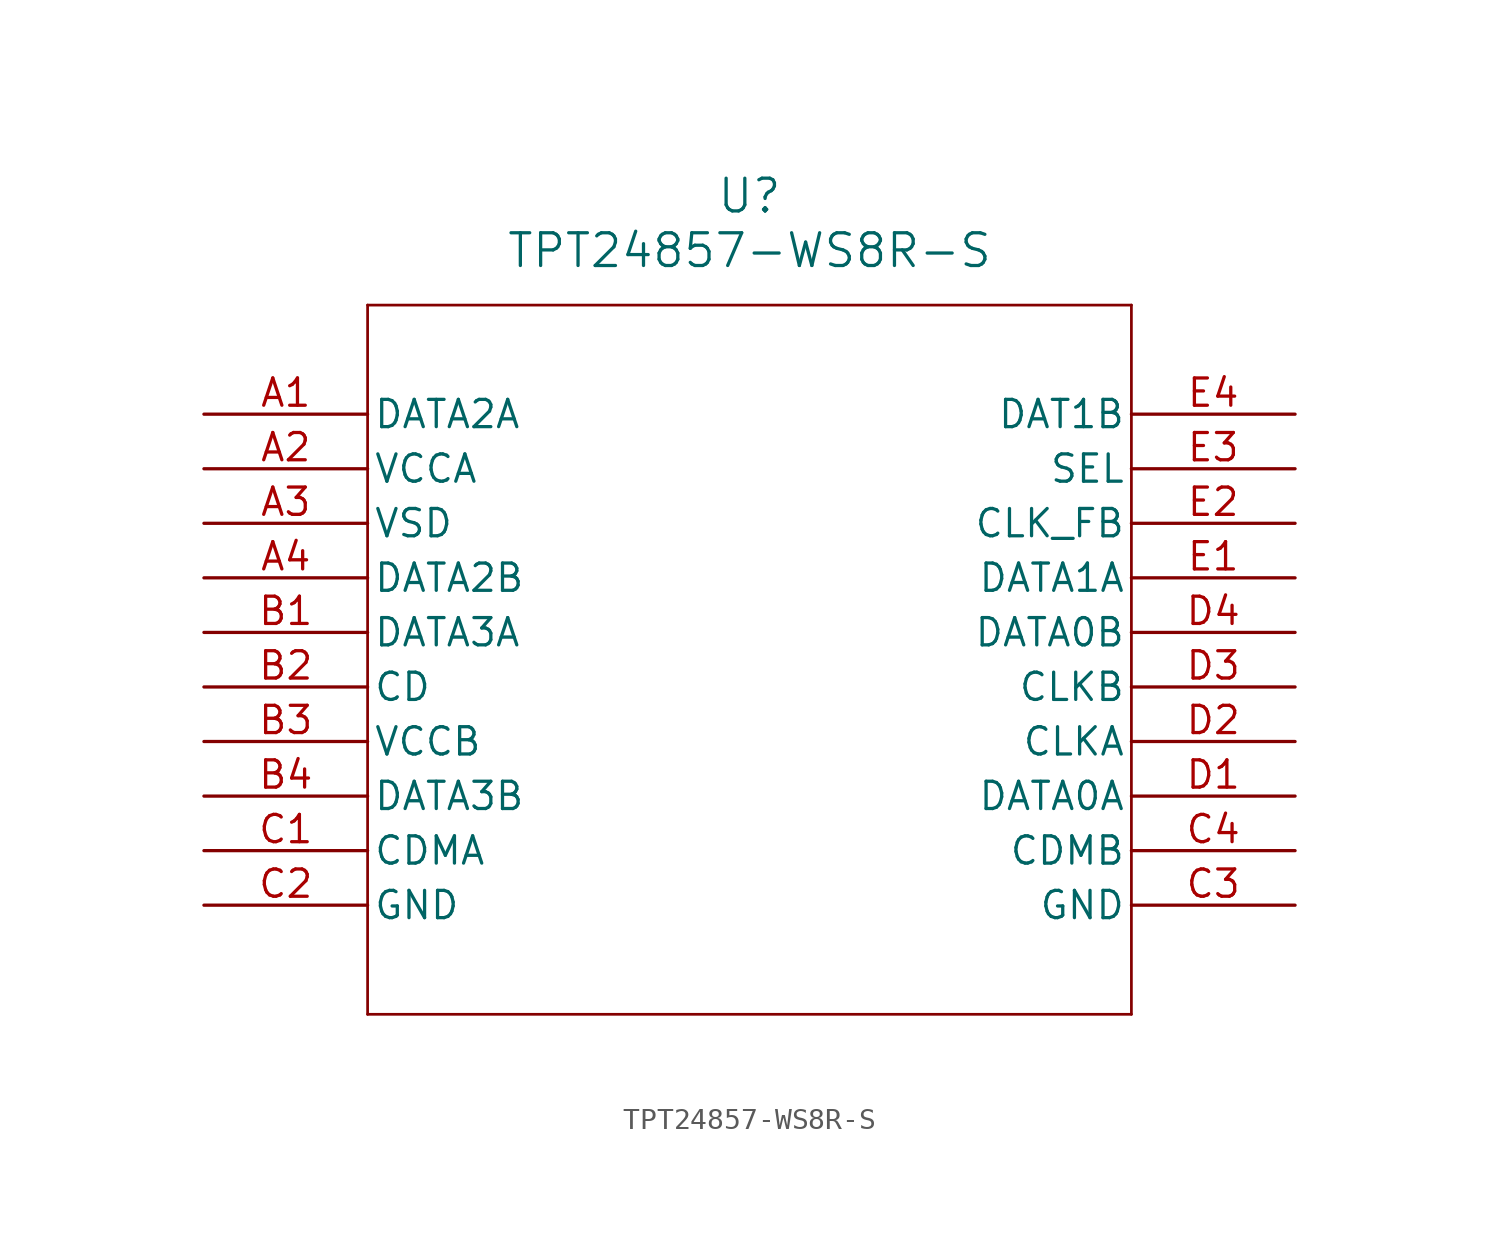
<source format=kicad_sym>
(kicad_symbol_lib
  (version 20211014)
  (generator kicad_symbol_editor)
  (symbol "TPT24857-WS8R-S"
    (pin_names
      (offset 0.254))
    (property "Reference" "U"
      (at 25.4 10.16 0)
      (effects (font (size 1.524 1.524))))
    (property "Value" "TPT24857-WS8R-S"
      (at 25.4 7.62 0)
      (effects (font (size 1.524 1.524))))
    (symbol "TPT24857-WS8R-S_0_1"
      (polyline (pts (xy 7.62 5.08) (xy 7.62 -27.94)) (stroke (width 0.127) (type default) (color 0 0 0 0)) (fill (type none)))
      (polyline (pts (xy 7.62 -27.94) (xy 43.18 -27.94)) (stroke (width 0.127) (type default) (color 0 0 0 0)) (fill (type none)))
      (polyline (pts (xy 43.18 -27.94) (xy 43.18 5.08)) (stroke (width 0.127) (type default) (color 0 0 0 0)) (fill (type none)))
      (polyline (pts (xy 43.18 5.08) (xy 7.62 5.08)) (stroke (width 0.127) (type default) (color 0 0 0 0)) (fill (type none)))
      (pin bidirectional line (at 0 0 0) (length 7.62) (name "DATA2A" (effects (font (size 1.27 1.27)))) (number "A1" (effects (font (size 1.27 1.27)))))
      (pin power_in line (at 0 -2.54 0) (length 7.62) (name "VCCA" (effects (font (size 1.27 1.27)))) (number "A2" (effects (font (size 1.27 1.27)))))
      (pin power_in line (at 0 -5.08 0) (length 7.62) (name "VSD" (effects (font (size 1.27 1.27)))) (number "A3" (effects (font (size 1.27 1.27)))))
      (pin bidirectional line (at 0 -7.62 0) (length 7.62) (name "DATA2B" (effects (font (size 1.27 1.27)))) (number "A4" (effects (font (size 1.27 1.27)))))
      (pin bidirectional line (at 0 -10.16 0) (length 7.62) (name "DATA3A" (effects (font (size 1.27 1.27)))) (number "B1" (effects (font (size 1.27 1.27)))))
      (pin output line (at 0 -12.7 0) (length 7.62) (name "CD" (effects (font (size 1.27 1.27)))) (number "B2" (effects (font (size 1.27 1.27)))))
      (pin power_in line (at 0 -15.24 0) (length 7.62) (name "VCCB" (effects (font (size 1.27 1.27)))) (number "B3" (effects (font (size 1.27 1.27)))))
      (pin bidirectional line (at 0 -17.78 0) (length 7.62) (name "DATA3B" (effects (font (size 1.27 1.27)))) (number "B4" (effects (font (size 1.27 1.27)))))
      (pin bidirectional line (at 0 -20.32 0) (length 7.62) (name "CDMA" (effects (font (size 1.27 1.27)))) (number "C1" (effects (font (size 1.27 1.27)))))
      (pin power_out line (at 0 -22.86 0) (length 7.62) (name "GND" (effects (font (size 1.27 1.27)))) (number "C2" (effects (font (size 1.27 1.27)))))
      (pin power_out line (at 50.8 -22.86 180) (length 7.62) (name "GND" (effects (font (size 1.27 1.27)))) (number "C3" (effects (font (size 1.27 1.27)))))
      (pin bidirectional line (at 50.8 -20.32 180) (length 7.62) (name "CDMB" (effects (font (size 1.27 1.27)))) (number "C4" (effects (font (size 1.27 1.27)))))
      (pin bidirectional line (at 50.8 -17.78 180) (length 7.62) (name "DATA0A" (effects (font (size 1.27 1.27)))) (number "D1" (effects (font (size 1.27 1.27)))))
      (pin input line (at 50.8 -15.24 180) (length 7.62) (name "CLKA" (effects (font (size 1.27 1.27)))) (number "D2" (effects (font (size 1.27 1.27)))))
      (pin output line (at 50.8 -12.7 180) (length 7.62) (name "CLKB" (effects (font (size 1.27 1.27)))) (number "D3" (effects (font (size 1.27 1.27)))))
      (pin bidirectional line (at 50.8 -10.16 180) (length 7.62) (name "DATA0B" (effects (font (size 1.27 1.27)))) (number "D4" (effects (font (size 1.27 1.27)))))
      (pin bidirectional line (at 50.8 -7.62 180) (length 7.62) (name "DATA1A" (effects (font (size 1.27 1.27)))) (number "E1" (effects (font (size 1.27 1.27)))))
      (pin output line (at 50.8 -5.08 180) (length 7.62) (name "CLK_FB" (effects (font (size 1.27 1.27)))) (number "E2" (effects (font (size 1.27 1.27)))))
      (pin input line (at 50.8 -2.54 180) (length 7.62) (name "SEL" (effects (font (size 1.27 1.27)))) (number "E3" (effects (font (size 1.27 1.27)))))
      (pin bidirectional line (at 50.8 0 180) (length 7.62) (name "DAT1B" (effects (font (size 1.27 1.27)))) (number "E4" (effects (font (size 1.27 1.27))))))))
</source>
